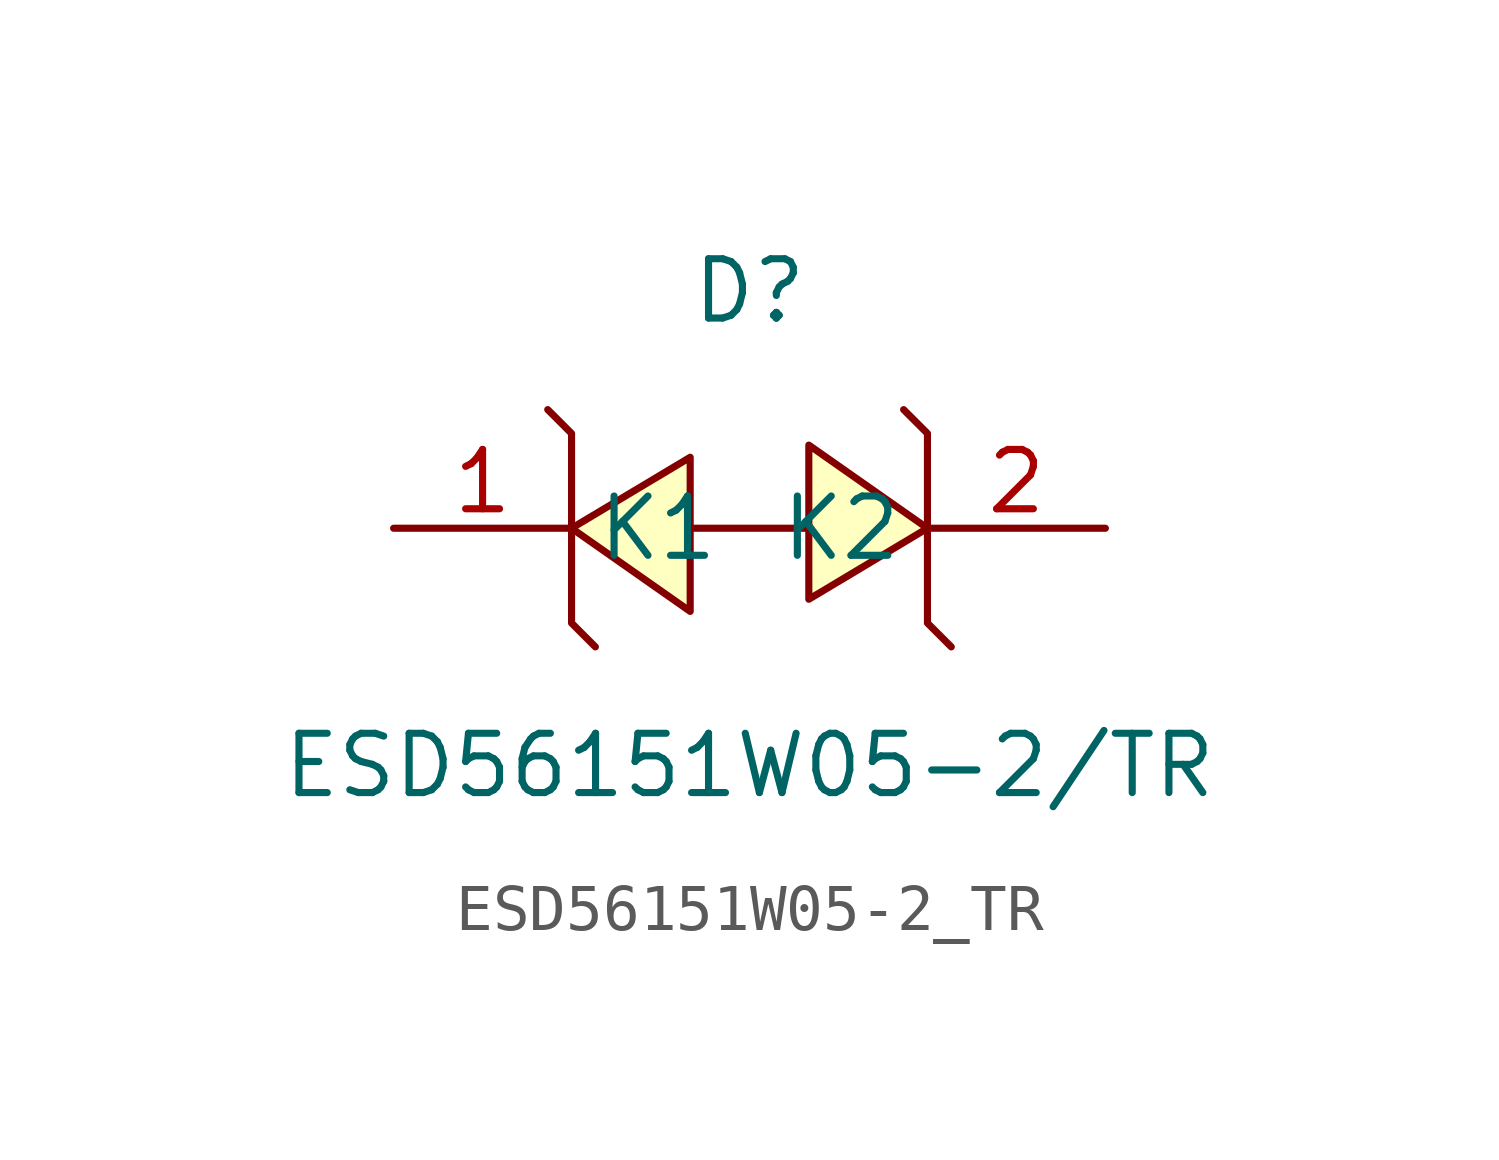
<source format=kicad_sym>
(kicad_symbol_lib
  (version 20211014)
  (generator https://github.com/uPesy/easyeda2kicad.py)
  (symbol "ESD56151W05-2_TR"
    (property "Reference" "D"
      (at 0 5.08 0)
      (effects (font (size 1.27 1.27))))
    (property "Value" "ESD56151W05-2/TR"
      (at 0 -5.08 0)
      (effects (font (size 1.27 1.27))))
    (symbol "ESD56151W05-2_TR_0_1"
      (polyline (pts (xy 1.27 -1.52) (xy 3.81 -0.00) (xy 1.27 1.78) (xy 1.27 -1.52)) (stroke (width 0) (type default) (color 0 0 0 0)) (fill (type background)))
      (polyline (pts (xy -1.27 1.52) (xy -3.81 -0.00) (xy -1.27 -1.78) (xy -1.27 1.52)) (stroke (width 0) (type default) (color 0 0 0 0)) (fill (type background)))
      (polyline (pts (xy 1.27 -0.00) (xy 1.27 -0.00) (xy 1.27 -0.00) (xy -1.27 -0.00) (xy -1.27 -0.00) (xy -1.02 -0.00)) (stroke (width 0) (type default) (color 0 0 0 0)) (fill (type none)))
      (polyline (pts (xy -4.32 2.54) (xy -3.81 2.03) (xy -3.81 -2.03) (xy -3.30 -2.54)) (stroke (width 0) (type default) (color 0 0 0 0)) (fill (type none)))
      (polyline (pts (xy 3.30 2.54) (xy 3.81 2.03) (xy 3.81 -2.03) (xy 4.32 -2.54)) (stroke (width 0) (type default) (color 0 0 0 0)) (fill (type none)))
      (pin unspecified line (at 7.62 -0.00 180) (length 3.81) (name "K2" (effects (font (size 1.27 1.27)))) (number "2" (effects (font (size 1.27 1.27)))))
      (pin unspecified line (at -7.62 -0.00 0) (length 3.81) (name "K1" (effects (font (size 1.27 1.27)))) (number "1" (effects (font (size 1.27 1.27))))))))
</source>
